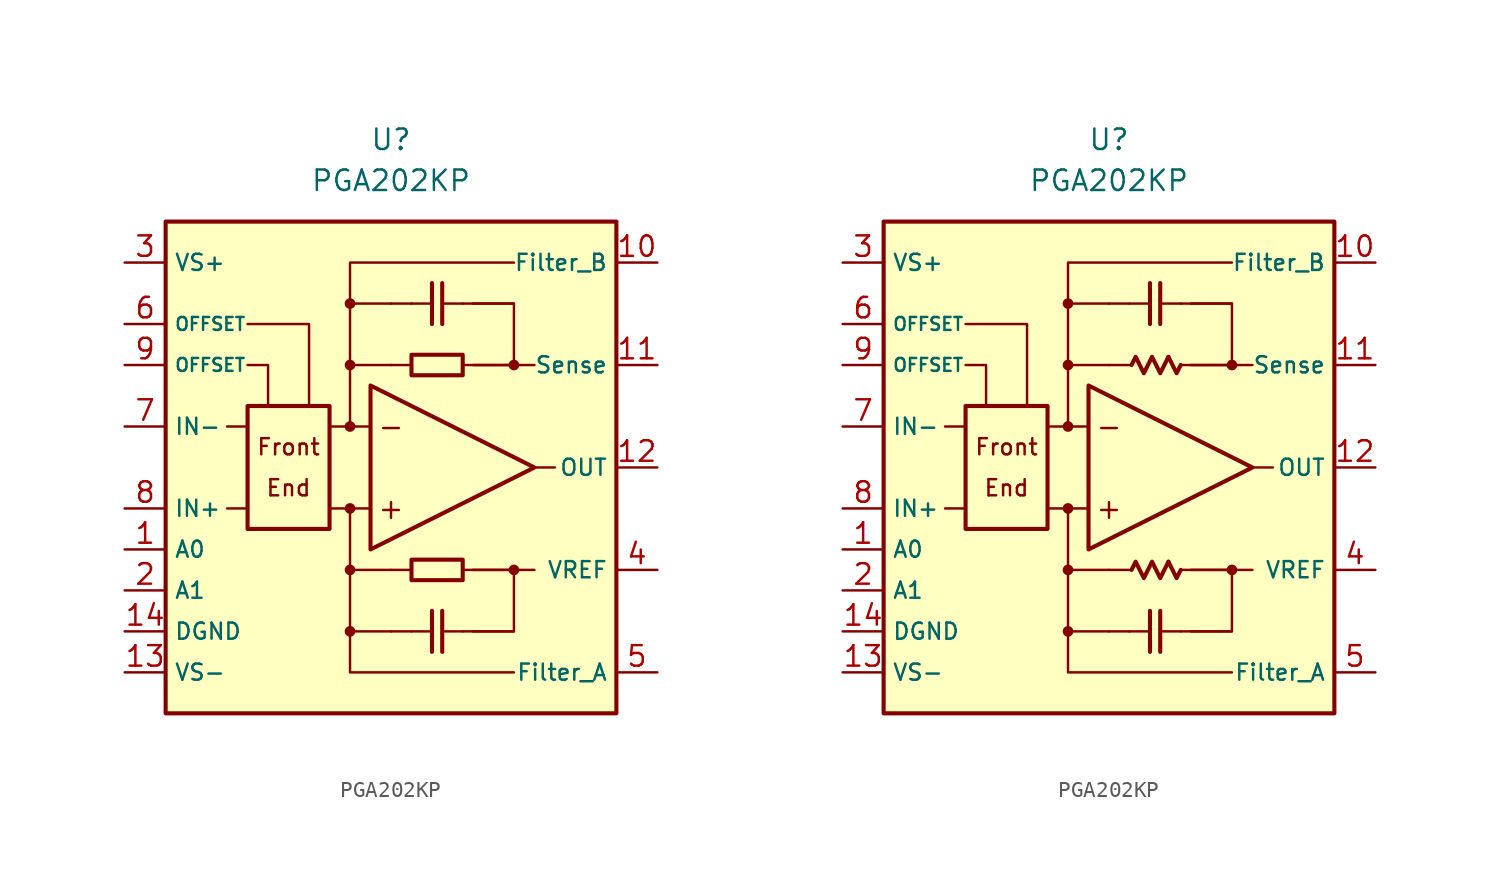
<source format=kicad_sym>
(kicad_symbol_lib
  (version 20231120)
  (generator "kicad_symbol_editor")
  (generator_version "8.0")
  (symbol "PGA202KP"
    (property "Reference" "U"
      (at 0 20.32 0)
      (effects (font (size 1.27 1.27))))
    (property "Value" "PGA202KP"
      (at 0 17.78 0)
      (effects (font (size 1.27 1.27))))
    (symbol "PGA202KP_0_0"
      (rectangle (start -13.97 15.24) (end 13.97 -15.24) (stroke (width 0.254) (type default)) (fill (type background)))
      (rectangle (start -8.89 3.81) (end -3.81 -3.81) (stroke (width 0.254) (type default)) (fill (type none)))
      (circle (center -2.54 -10.16) (radius 0.254) (stroke (width 0.152) (type default)) (fill (type outline)))
      (circle (center -2.54 -6.35) (radius 0.254) (stroke (width 0.152) (type default)) (fill (type outline)))
      (circle (center -2.54 -2.54) (radius 0.254) (stroke (width 0.152) (type default)) (fill (type outline)))
      (circle (center -2.54 2.54) (radius 0.254) (stroke (width 0.152) (type default)) (fill (type outline)))
      (circle (center -2.54 6.35) (radius 0.254) (stroke (width 0.152) (type default)) (fill (type outline)))
      (circle (center -2.54 10.16) (radius 0.254) (stroke (width 0.152) (type default)) (fill (type outline)))
      (polyline (pts (xy 1.27 -6.35)) (stroke (width 0.152) (type default)) (fill (type none)))
      (polyline (pts (xy -8.89 -2.54) (xy -10.16 -2.54)) (stroke (width 0.152) (type default)) (fill (type none)))
      (polyline (pts (xy -8.89 2.54) (xy -10.16 2.54)) (stroke (width 0.152) (type default)) (fill (type none)))
      (polyline (pts (xy -2.54 -2.54) (xy -3.81 -2.54)) (stroke (width 0.152) (type default)) (fill (type none)))
      (polyline (pts (xy -2.54 2.54) (xy -3.81 2.54)) (stroke (width 0.152) (type default)) (fill (type none)))
      (polyline (pts (xy -1.27 -2.54) (xy -2.54 -2.54)) (stroke (width 0.152) (type default)) (fill (type none)))
      (polyline (pts (xy -1.27 2.54) (xy -2.54 2.54)) (stroke (width 0.152) (type default)) (fill (type none)))
      (polyline (pts (xy 0 -6.35) (xy -2.54 -6.35)) (stroke (width 0.152) (type default)) (fill (type none)))
      (polyline (pts (xy 0 -6.35) (xy 1.27 -6.35)) (stroke (width 0.152) (type default)) (fill (type none)))
      (polyline (pts (xy 0 6.35) (xy -2.54 6.35)) (stroke (width 0.152) (type default)) (fill (type none)))
      (polyline (pts (xy 0 6.35) (xy 1.27 6.35)) (stroke (width 0.152) (type default)) (fill (type none)))
      (polyline (pts (xy 1.27 -10.16) (xy 0 -10.16)) (stroke (width 0.152) (type default)) (fill (type none)))
      (polyline (pts (xy 1.27 10.16) (xy 0 10.16)) (stroke (width 0.152) (type default)) (fill (type none)))
      (polyline (pts (xy 4.445 -10.16) (xy 7.62 -10.16)) (stroke (width 0.152) (type default)) (fill (type none)))
      (polyline (pts (xy 4.445 -6.35) (xy 7.62 -6.35)) (stroke (width 0.152) (type default)) (fill (type none)))
      (polyline (pts (xy 4.445 6.35) (xy 7.62 6.35)) (stroke (width 0.152) (type default)) (fill (type none)))
      (polyline (pts (xy 4.445 10.16) (xy 7.62 10.16)) (stroke (width 0.152) (type default)) (fill (type none)))
      (polyline (pts (xy 7.62 -6.35) (xy 8.89 -6.35)) (stroke (width 0.152) (type default)) (fill (type none)))
      (polyline (pts (xy 7.62 6.35) (xy 8.89 6.35)) (stroke (width 0.152) (type default)) (fill (type none)))
      (polyline (pts (xy 8.89 0) (xy 10.16 0)) (stroke (width 0.152) (type default)) (fill (type none)))
      (polyline (pts (xy -8.89 6.35) (xy -7.62 6.35) (xy -7.62 3.81)) (stroke (width 0.152) (type default)) (fill (type none)))
      (polyline (pts (xy -8.89 8.89) (xy -5.08 8.89) (xy -5.08 3.81)) (stroke (width 0.152) (type default)) (fill (type none)))
      (polyline (pts (xy -2.54 -10.16) (xy -2.54 -12.7) (xy 7.62 -12.7)) (stroke (width 0.152) (type default)) (fill (type none)))
      (polyline (pts (xy -2.54 10.16) (xy -2.54 12.7) (xy 7.62 12.7)) (stroke (width 0.152) (type default)) (fill (type none)))
      (polyline (pts (xy 0 -10.16) (xy -2.54 -10.16) (xy -2.54 -2.54)) (stroke (width 0.152) (type default)) (fill (type none)))
      (polyline (pts (xy 0 10.16) (xy -2.54 10.16) (xy -2.54 2.54)) (stroke (width 0.152) (type default)) (fill (type none)))
      (polyline (pts (xy 5.08 -10.16) (xy 7.62 -10.16) (xy 7.62 -6.35) (xy 5.08 -6.35)) (stroke (width 0.152) (type default)) (fill (type none)))
      (polyline (pts (xy 5.08 10.16) (xy 7.62 10.16) (xy 7.62 6.35) (xy 5.08 6.35)) (stroke (width 0.152) (type default)) (fill (type none)))
      (circle (center 7.62 -6.35) (radius 0.254) (stroke (width 0.152) (type default)) (fill (type outline)))
      (circle (center 7.62 6.35) (radius 0.254) (stroke (width 0.152) (type default)) (fill (type outline)))
      (text "+" (at 0 -2.54 0) (effects (font (size 1.27 1.27))))
      (text "-" (at 0 2.54 0) (effects (font (size 1.27 1.27))))
      (text "End" (at -6.35 -1.27 0) (effects (font (size 1 1))))
      (text "Front" (at -6.35 1.27 0) (effects (font (size 1 1)))))
    (symbol "PGA202KP_0_1"
      (rectangle (start 1.27 6.985) (end 4.445 5.715) (stroke (width 0.254) (type default)) (fill (type none)))
      (rectangle (start 4.445 -5.715) (end 1.27 -6.985) (stroke (width 0.254) (type default)) (fill (type none))))
    (symbol "PGA202KP_0_2"
      (polyline (pts (xy 3.683 -5.842) (xy 4.191 -6.858) (xy 4.445 -6.35)) (stroke (width 0.254) (type default)) (fill (type none)))
      (polyline (pts (xy 3.683 6.858) (xy 4.191 5.842) (xy 4.445 6.35)) (stroke (width 0.254) (type default)) (fill (type none)))
      (polyline (pts (xy 1.397 -6.35) (xy 1.651 -5.842) (xy 2.159 -6.858) (xy 2.667 -5.842) (xy 3.175 -6.858) (xy 3.683 -5.842)) (stroke (width 0.254) (type default)) (fill (type none)))
      (polyline (pts (xy 1.397 6.35) (xy 1.651 6.858) (xy 2.159 5.842) (xy 2.667 6.858) (xy 3.175 5.842) (xy 3.683 6.858)) (stroke (width 0.254) (type default)) (fill (type none))))
    (symbol "PGA202KP_1_0"
      (polyline (pts (xy 1.27 -10.16) (xy 2.54 -10.16)) (stroke (width 0.152) (type default)) (fill (type none)))
      (polyline (pts (xy 1.27 10.16) (xy 2.54 10.16)) (stroke (width 0.152) (type default)) (fill (type none)))
      (polyline (pts (xy 2.54 -8.89) (xy 2.54 -11.43)) (stroke (width 0.254) (type default)) (fill (type none)))
      (polyline (pts (xy 2.54 8.89) (xy 2.54 11.43)) (stroke (width 0.254) (type default)) (fill (type none)))
      (polyline (pts (xy 3.175 -11.43) (xy 3.175 -8.89)) (stroke (width 0.254) (type default)) (fill (type none)))
      (polyline (pts (xy 3.175 11.43) (xy 3.175 8.89)) (stroke (width 0.254) (type default)) (fill (type none)))
      (polyline (pts (xy 4.445 -10.16) (xy 3.175 -10.16)) (stroke (width 0.152) (type default)) (fill (type none)))
      (polyline (pts (xy 4.445 10.16) (xy 3.175 10.16)) (stroke (width 0.152) (type default)) (fill (type none)))
      (polyline (pts (xy -1.27 5.08) (xy -1.27 -5.08) (xy 8.89 0) (xy -1.27 5.08)) (stroke (width 0.254) (type default)) (fill (type background))))
    (symbol "PGA202KP_1_1"
      (pin input line (at -16.51 -5.08 0) (length 2.54) (name "A0" (effects (font (size 1 1)))) (number "1" (effects (font (size 1.27 1.27)))))
      (pin passive line (at 16.51 12.7 180) (length 2.54) (name "Filter_B" (effects (font (size 1 1)))) (number "10" (effects (font (size 1.27 1.27)))))
      (pin passive line (at 16.51 6.35 180) (length 2.54) (name "Sense" (effects (font (size 1 1)))) (number "11" (effects (font (size 1.27 1.27)))))
      (pin output line (at 16.51 0 180) (length 2.54) (name "OUT" (effects (font (size 1 1)))) (number "12" (effects (font (size 1.27 1.27)))))
      (pin power_in line (at -16.51 -12.7 0) (length 2.54) (name "VS-" (effects (font (size 1 1)))) (number "13" (effects (font (size 1.27 1.27)))))
      (pin power_in line (at -16.51 -10.16 0) (length 2.54) (name "DGND" (effects (font (size 1 1)))) (number "14" (effects (font (size 1.27 1.27)))))
      (pin input line (at -16.51 -7.62 0) (length 2.54) (name "A1" (effects (font (size 1 1)))) (number "2" (effects (font (size 1.27 1.27)))))
      (pin power_in line (at -16.51 12.7 0) (length 2.54) (name "VS+" (effects (font (size 1 1)))) (number "3" (effects (font (size 1.27 1.27)))))
      (pin passive line (at 16.51 -6.35 180) (length 2.54) (name "VREF" (effects (font (size 1 1)))) (number "4" (effects (font (size 1.27 1.27)))))
      (pin passive line (at 16.51 -12.7 180) (length 2.54) (name "Filter_A" (effects (font (size 1 1)))) (number "5" (effects (font (size 1.27 1.27)))))
      (pin passive line (at -16.51 8.89 0) (length 2.54) (name "OFFSET" (effects (font (size 0.8 0.8)))) (number "6" (effects (font (size 1.27 1.27)))))
      (pin input line (at -16.51 2.54 0) (length 2.54) (name "IN-" (effects (font (size 1 1)))) (number "7" (effects (font (size 1.27 1.27)))))
      (pin input line (at -16.51 -2.54 0) (length 2.54) (name "IN+" (effects (font (size 1 1)))) (number "8" (effects (font (size 1.27 1.27)))))
      (pin passive line (at -16.51 6.35 0) (length 2.54) (name "OFFSET" (effects (font (size 0.8 0.8)))) (number "9" (effects (font (size 1.27 1.27))))))
    (symbol "PGA202KP_1_2"
      (pin input line (at -16.51 -5.08 0) (length 2.54) (name "A0" (effects (font (size 1 1)))) (number "1" (effects (font (size 1.27 1.27)))))
      (pin passive line (at 16.51 12.7 180) (length 2.54) (name "Filter_B" (effects (font (size 1 1)))) (number "10" (effects (font (size 1.27 1.27)))))
      (pin passive line (at 16.51 6.35 180) (length 2.54) (name "Sense" (effects (font (size 1 1)))) (number "11" (effects (font (size 1.27 1.27)))))
      (pin output line (at 16.51 0 180) (length 2.54) (name "OUT" (effects (font (size 1 1)))) (number "12" (effects (font (size 1.27 1.27)))))
      (pin power_in line (at -16.51 -12.7 0) (length 2.54) (name "VS-" (effects (font (size 1 1)))) (number "13" (effects (font (size 1.27 1.27)))))
      (pin power_in line (at -16.51 -10.16 0) (length 2.54) (name "DGND" (effects (font (size 1 1)))) (number "14" (effects (font (size 1.27 1.27)))))
      (pin input line (at -16.51 -7.62 0) (length 2.54) (name "A1" (effects (font (size 1 1)))) (number "2" (effects (font (size 1.27 1.27)))))
      (pin power_in line (at -16.51 12.7 0) (length 2.54) (name "VS+" (effects (font (size 1 1)))) (number "3" (effects (font (size 1.27 1.27)))))
      (pin passive line (at 16.51 -6.35 180) (length 2.54) (name "VREF" (effects (font (size 1 1)))) (number "4" (effects (font (size 1.27 1.27)))))
      (pin passive line (at 16.51 -12.7 180) (length 2.54) (name "Filter_A" (effects (font (size 1 1)))) (number "5" (effects (font (size 1.27 1.27)))))
      (pin passive line (at -16.51 8.89 0) (length 2.54) (name "OFFSET" (effects (font (size 0.8 0.8)))) (number "6" (effects (font (size 1.27 1.27)))))
      (pin input line (at -16.51 2.54 0) (length 2.54) (name "IN-" (effects (font (size 1 1)))) (number "7" (effects (font (size 1.27 1.27)))))
      (pin input line (at -16.51 -2.54 0) (length 2.54) (name "IN+" (effects (font (size 1 1)))) (number "8" (effects (font (size 1.27 1.27)))))
      (pin passive line (at -16.51 6.35 0) (length 2.54) (name "OFFSET" (effects (font (size 0.8 0.8)))) (number "9" (effects (font (size 1.27 1.27))))))))
</source>
